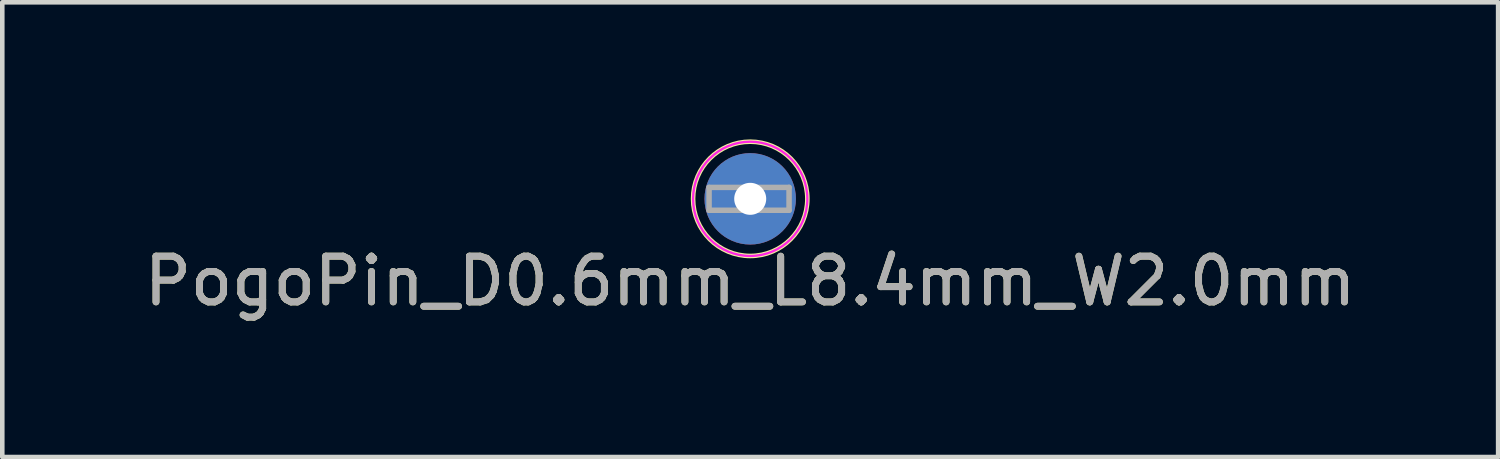
<source format=kicad_pcb>
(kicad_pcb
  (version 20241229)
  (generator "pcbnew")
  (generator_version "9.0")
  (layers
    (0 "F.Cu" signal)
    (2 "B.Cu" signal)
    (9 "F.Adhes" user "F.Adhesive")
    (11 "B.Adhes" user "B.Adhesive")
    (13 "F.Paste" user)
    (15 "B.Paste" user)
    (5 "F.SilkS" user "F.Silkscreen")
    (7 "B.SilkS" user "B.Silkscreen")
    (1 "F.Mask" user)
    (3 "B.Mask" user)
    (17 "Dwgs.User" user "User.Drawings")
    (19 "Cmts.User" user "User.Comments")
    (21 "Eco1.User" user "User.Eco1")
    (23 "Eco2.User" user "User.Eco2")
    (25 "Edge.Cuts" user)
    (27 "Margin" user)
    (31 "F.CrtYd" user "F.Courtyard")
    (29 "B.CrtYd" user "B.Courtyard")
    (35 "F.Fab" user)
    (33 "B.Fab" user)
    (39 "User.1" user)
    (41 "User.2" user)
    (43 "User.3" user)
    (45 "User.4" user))
  (footprint "PogoPin_D0.6mm_L8.4mm_W2.0mm"
    (layer "F.Cu")
    (at 13.363 1.3)
    (property "Reference" "PogoPin_D0.6mm_L8.4mm_W2.0mm" (at 0 1.8 0) (layer "F.SilkS") (effects (font (size 1 1) (thickness 0.15))))
    (attr through_hole)
    (fp_circle (center 0 0) (end 1 0.75) (stroke (width 0.1) (type default)) (fill no) (layer "F.SilkS"))
    (fp_circle (center 0 0) (end 1 0.75) (stroke (width 0.05) (type default)) (fill no) (layer "F.CrtYd"))
    (fp_line (start -0.9 -0.25) (end 0.85 -0.25) (stroke (width 0.12) (type solid)) (layer "F.Fab"))
    (fp_line (start -0.9 0.25) (end -0.9 -0.25) (stroke (width 0.12) (type solid)) (layer "F.Fab"))
    (fp_line (start 0.85 -0.25) (end 0.85 0.25) (stroke (width 0.12) (type solid)) (layer "F.Fab"))
    (fp_line (start 0.85 0.25) (end -0.9 0.25) (stroke (width 0.12) (type solid)) (layer "F.Fab"))
    (fp_text user "${REFERENCE}" (at 0 1.8 0) (layer "F.Fab") (effects (font (size 1 1) (thickness 0.15))))
    (pad "1" thru_hole circle (at 0 0) (size 2 2) (drill 0.7) (layers "*.Cu" "*.Mask")))
  (gr_rect
    (start -3 -3)
    (end 29.726 6.948)
    (stroke (width 0.1) (type default))
    (fill no)
    (layer "Edge.Cuts")))
</source>
